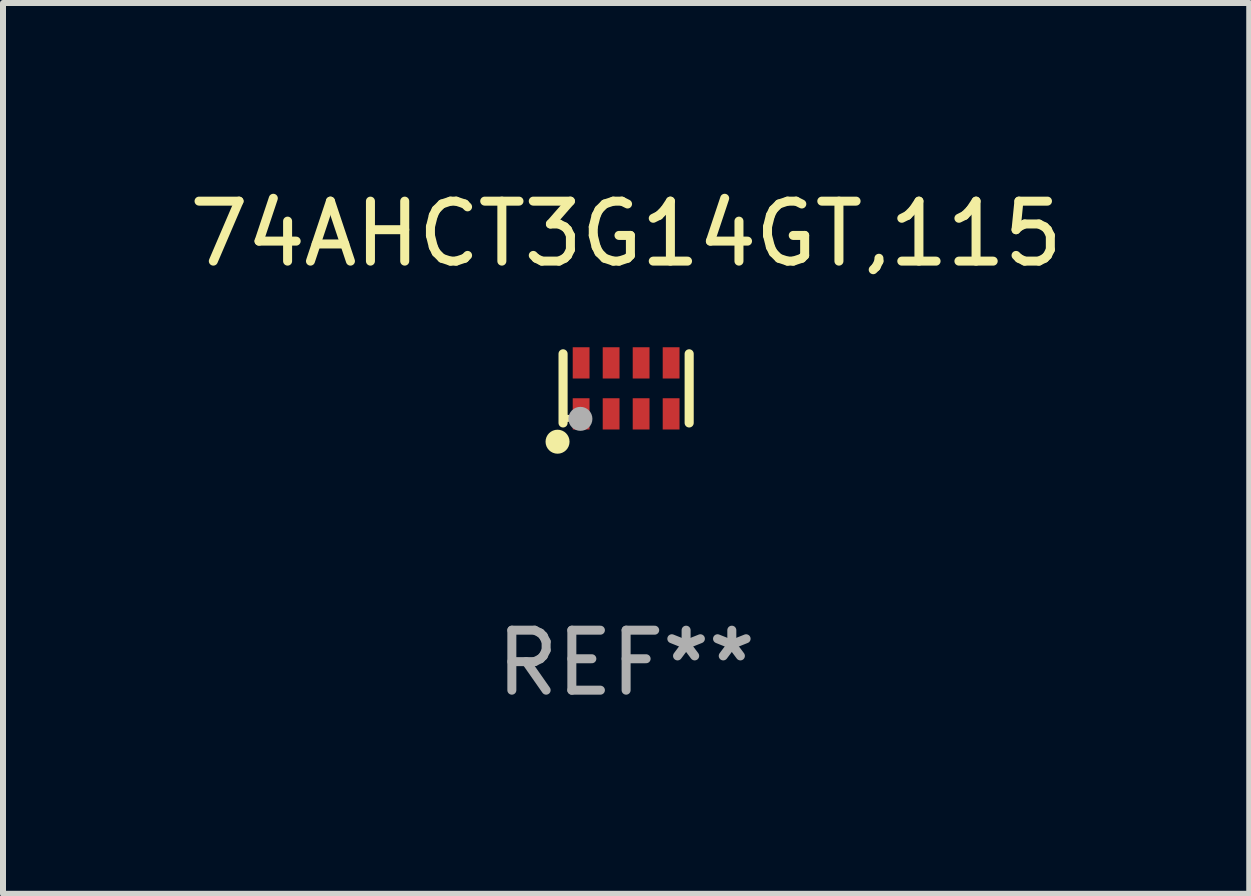
<source format=kicad_pcb>
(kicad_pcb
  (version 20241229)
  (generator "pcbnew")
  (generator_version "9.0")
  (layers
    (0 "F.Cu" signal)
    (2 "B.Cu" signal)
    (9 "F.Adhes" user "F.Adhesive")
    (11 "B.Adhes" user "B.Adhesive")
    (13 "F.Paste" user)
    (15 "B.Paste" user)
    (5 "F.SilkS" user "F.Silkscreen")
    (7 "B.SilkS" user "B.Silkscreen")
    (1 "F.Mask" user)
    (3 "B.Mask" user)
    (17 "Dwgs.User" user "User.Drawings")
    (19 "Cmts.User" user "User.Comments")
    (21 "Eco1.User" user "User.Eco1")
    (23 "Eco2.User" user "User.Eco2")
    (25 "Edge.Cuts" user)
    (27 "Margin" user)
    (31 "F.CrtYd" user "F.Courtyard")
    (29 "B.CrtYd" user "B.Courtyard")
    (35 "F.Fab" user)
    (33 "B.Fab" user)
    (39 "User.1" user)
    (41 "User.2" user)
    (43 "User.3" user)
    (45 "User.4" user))
  (footprint "74AHCT3G14GT,115"
    (layer "F.Cu")
    (at 7.387 3.424)
    (property "Reference" "74AHCT3G14GT,115" (at 0 -2.576 0) (layer "F.SilkS") (effects (font (size 1 1) (thickness 0.15))))
    (attr through_hole)
    (fp_line (start -1.051 0.576) (end -1.051 -0.576) (stroke (width 0.152) (type solid)) (layer "F.SilkS"))
    (fp_line (start 1.051 -0.576) (end 1.051 0.576) (stroke (width 0.152) (type solid)) (layer "F.SilkS"))
    (fp_circle (center -1.143 0.889) (end -1.043 0.889) (stroke (width 0.2) (type solid)) (fill no) (layer "F.SilkS"))
    (fp_circle (center -0.975 0.5) (end -0.945 0.5) (stroke (width 0.06) (type solid)) (fill no) (layer "F.SilkS"))
    (fp_circle (center -0.762 0.508) (end -0.662 0.508) (stroke (width 0.2) (type solid)) (fill no) (layer "F.Fab"))
    (fp_text user "REF**" (at 0 4.576 0) (layer "F.Fab") (effects (font (size 1 1) (thickness 0.15))))
    (pad "1" smd rect (at -0.75 0.425) (size 0.28 0.521) (layers "F.Cu" "F.Mask" "F.Paste"))
    (pad "2" smd rect (at -0.25 0.425) (size 0.28 0.521) (layers "F.Cu" "F.Mask" "F.Paste"))
    (pad "3" smd rect (at 0.25 0.425) (size 0.28 0.521) (layers "F.Cu" "F.Mask" "F.Paste"))
    (pad "4" smd rect (at 0.75 0.425) (size 0.28 0.521) (layers "F.Cu" "F.Mask" "F.Paste"))
    (pad "5" smd rect (at 0.75 -0.425) (size 0.28 0.521) (layers "F.Cu" "F.Mask" "F.Paste"))
    (pad "6" smd rect (at 0.25 -0.425) (size 0.28 0.521) (layers "F.Cu" "F.Mask" "F.Paste"))
    (pad "7" smd rect (at -0.25 -0.425) (size 0.28 0.521) (layers "F.Cu" "F.Mask" "F.Paste"))
    (pad "8" smd rect (at -0.75 -0.425) (size 0.28 0.521) (layers "F.Cu" "F.Mask" "F.Paste")))
  (gr_rect
    (start -3 -3)
    (end 17.774 11.849)
    (stroke (width 0.1) (type default))
    (fill no)
    (layer "Edge.Cuts")))
</source>
